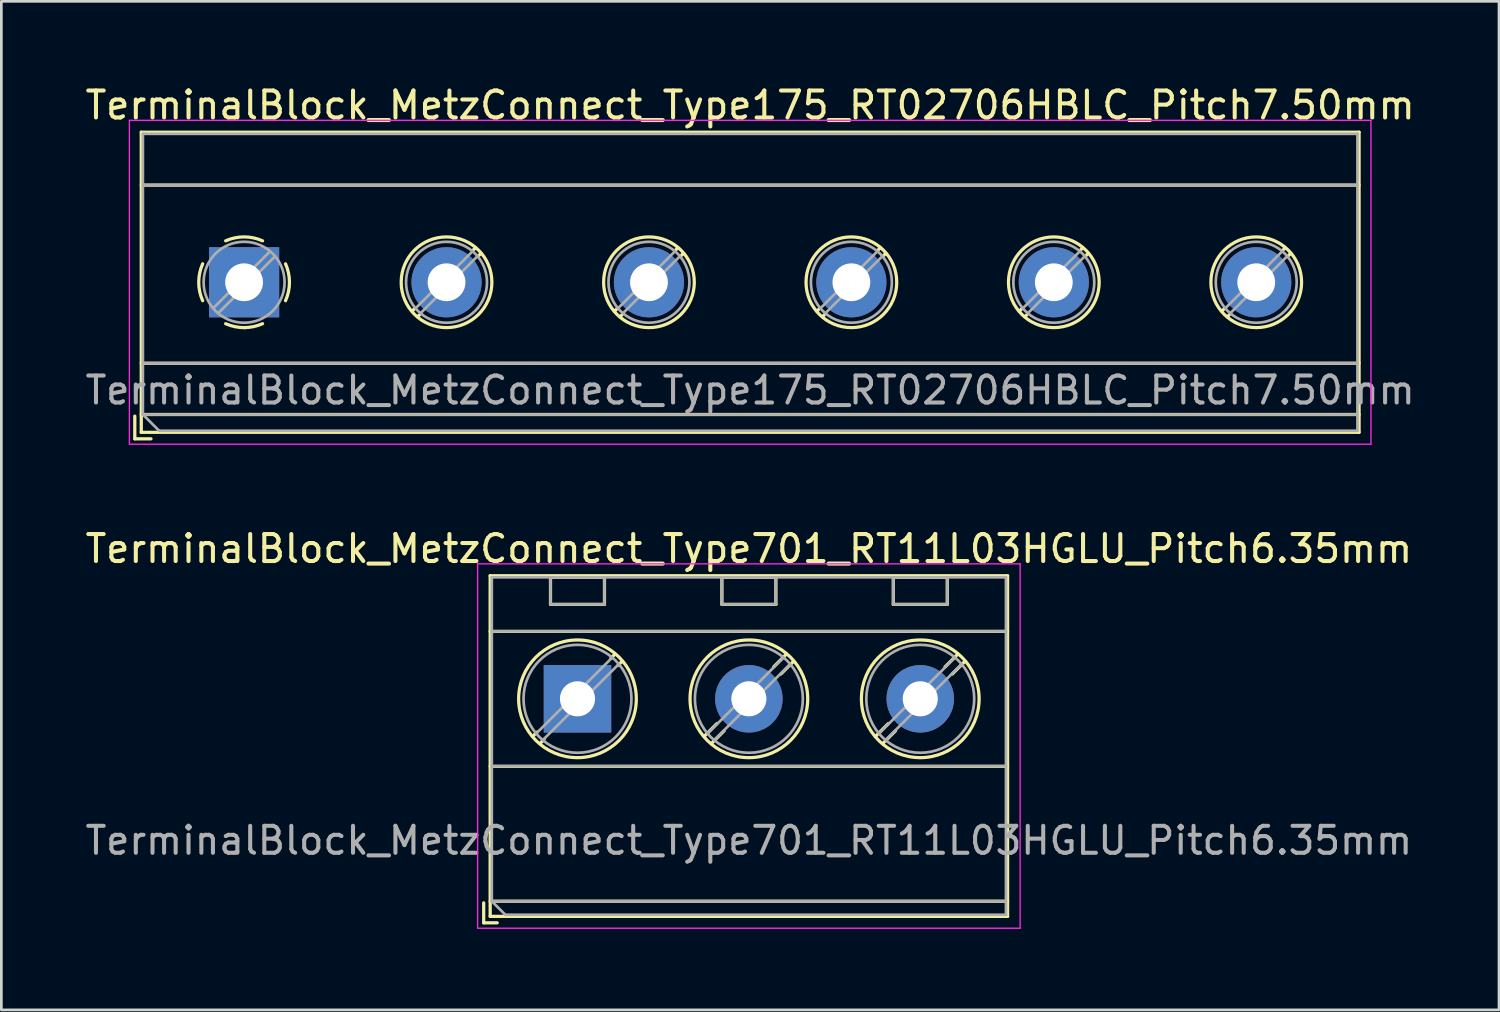
<source format=kicad_pcb>
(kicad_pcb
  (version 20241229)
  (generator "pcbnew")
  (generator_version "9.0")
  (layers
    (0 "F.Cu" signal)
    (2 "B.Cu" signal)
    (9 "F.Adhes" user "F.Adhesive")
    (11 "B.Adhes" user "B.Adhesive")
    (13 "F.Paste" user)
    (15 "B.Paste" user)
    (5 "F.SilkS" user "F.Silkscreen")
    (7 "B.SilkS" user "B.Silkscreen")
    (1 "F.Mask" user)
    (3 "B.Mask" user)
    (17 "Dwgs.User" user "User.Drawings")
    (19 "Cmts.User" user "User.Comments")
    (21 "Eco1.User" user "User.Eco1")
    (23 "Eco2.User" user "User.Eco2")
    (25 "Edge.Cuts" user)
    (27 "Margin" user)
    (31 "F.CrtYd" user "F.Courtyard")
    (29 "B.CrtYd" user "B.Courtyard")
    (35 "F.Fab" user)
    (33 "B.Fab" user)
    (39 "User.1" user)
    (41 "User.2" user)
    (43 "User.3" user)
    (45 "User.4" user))
  (footprint "TerminalBlock_MetzConnect_Type175_RT02706HBLC_Pitch7.50mm"
    (layer "F.Cu")
    (at 5.994 7.408)
    (property "Reference" "TerminalBlock_MetzConnect_Type175_RT02706HBLC_Pitch7.50mm" (at 18.75 -6.56 0) (layer "F.SilkS") (effects (font (size 1 1) (thickness 0.15))))
    (attr through_hole)
    (fp_line (start -4.05 4.96) (end -4.05 5.8) (stroke (width 0.12) (type solid)) (layer "F.SilkS"))
    (fp_line (start -4.05 5.8) (end -3.45 5.8) (stroke (width 0.12) (type solid)) (layer "F.SilkS"))
    (fp_line (start -3.81 -5.56) (end -3.81 5.56) (stroke (width 0.12) (type solid)) (layer "F.SilkS"))
    (fp_line (start -3.81 -3.6) (end 41.31 -3.6) (stroke (width 0.12) (type solid)) (layer "F.SilkS"))
    (fp_line (start -3.81 3) (end 41.31 3) (stroke (width 0.12) (type solid)) (layer "F.SilkS"))
    (fp_line (start -3.81 4.9) (end 41.31 4.9) (stroke (width 0.12) (type solid)) (layer "F.SilkS"))
    (fp_line (start -3.81 5.56) (end 41.31 5.56) (stroke (width 0.12) (type solid)) (layer "F.SilkS"))
    (fp_line (start 6.32 0.976) (end 6.226 1.069) (stroke (width 0.12) (type solid)) (layer "F.SilkS"))
    (fp_line (start 6.502 1.204) (end 6.431 1.274) (stroke (width 0.12) (type solid)) (layer "F.SilkS"))
    (fp_line (start 8.57 -1.275) (end 8.499 -1.204) (stroke (width 0.12) (type solid)) (layer "F.SilkS"))
    (fp_line (start 8.775 -1.069) (end 8.681 -0.976) (stroke (width 0.12) (type solid)) (layer "F.SilkS"))
    (fp_line (start 13.82 0.976) (end 13.726 1.069) (stroke (width 0.12) (type solid)) (layer "F.SilkS"))
    (fp_line (start 14.002 1.204) (end 13.931 1.274) (stroke (width 0.12) (type solid)) (layer "F.SilkS"))
    (fp_line (start 16.07 -1.275) (end 15.999 -1.204) (stroke (width 0.12) (type solid)) (layer "F.SilkS"))
    (fp_line (start 16.275 -1.069) (end 16.181 -0.976) (stroke (width 0.12) (type solid)) (layer "F.SilkS"))
    (fp_line (start 21.32 0.976) (end 21.226 1.069) (stroke (width 0.12) (type solid)) (layer "F.SilkS"))
    (fp_line (start 21.502 1.204) (end 21.431 1.274) (stroke (width 0.12) (type solid)) (layer "F.SilkS"))
    (fp_line (start 23.57 -1.275) (end 23.499 -1.204) (stroke (width 0.12) (type solid)) (layer "F.SilkS"))
    (fp_line (start 23.775 -1.069) (end 23.681 -0.976) (stroke (width 0.12) (type solid)) (layer "F.SilkS"))
    (fp_line (start 28.82 0.976) (end 28.726 1.069) (stroke (width 0.12) (type solid)) (layer "F.SilkS"))
    (fp_line (start 29.002 1.204) (end 28.931 1.274) (stroke (width 0.12) (type solid)) (layer "F.SilkS"))
    (fp_line (start 31.07 -1.275) (end 30.999 -1.204) (stroke (width 0.12) (type solid)) (layer "F.SilkS"))
    (fp_line (start 31.275 -1.069) (end 31.181 -0.976) (stroke (width 0.12) (type solid)) (layer "F.SilkS"))
    (fp_line (start 36.32 0.976) (end 36.226 1.069) (stroke (width 0.12) (type solid)) (layer "F.SilkS"))
    (fp_line (start 36.502 1.204) (end 36.431 1.274) (stroke (width 0.12) (type solid)) (layer "F.SilkS"))
    (fp_line (start 38.57 -1.275) (end 38.499 -1.204) (stroke (width 0.12) (type solid)) (layer "F.SilkS"))
    (fp_line (start 38.775 -1.069) (end 38.681 -0.976) (stroke (width 0.12) (type solid)) (layer "F.SilkS"))
    (fp_line (start 41.31 -5.56) (end -3.81 -5.56) (stroke (width 0.12) (type solid)) (layer "F.SilkS"))
    (fp_line (start 41.31 5.56) (end 41.31 -5.56) (stroke (width 0.12) (type solid)) (layer "F.SilkS"))
    (fp_arc (start -1.535427 0.683042) (mid -1.680501 -0.000524) (end -1.535 -0.684) (stroke (width 0.12) (type solid)) (layer "F.SilkS"))
    (fp_arc (start -0.683042 -1.535427) (mid 0.000524 -1.680501) (end 0.684 -1.535) (stroke (width 0.12) (type solid)) (layer "F.SilkS"))
    (fp_arc (start 0.028805 1.680253) (mid -0.335551 1.646659) (end -0.684 1.535) (stroke (width 0.12) (type solid)) (layer "F.SilkS"))
    (fp_arc (start 0.683318 1.534756) (mid 0.349292 1.643288) (end 0 1.68) (stroke (width 0.12) (type solid)) (layer "F.SilkS"))
    (fp_arc (start 1.535427 -0.683042) (mid 1.680501 0.000524) (end 1.535 0.684) (stroke (width 0.12) (type solid)) (layer "F.SilkS"))
    (fp_circle (center 7.5 0) (end 9.18 0) (stroke (width 0.12) (type solid)) (fill no) (layer "F.SilkS"))
    (fp_circle (center 15 0) (end 16.68 0) (stroke (width 0.12) (type solid)) (fill no) (layer "F.SilkS"))
    (fp_circle (center 22.5 0) (end 24.18 0) (stroke (width 0.12) (type solid)) (fill no) (layer "F.SilkS"))
    (fp_circle (center 30 0) (end 31.68 0) (stroke (width 0.12) (type solid)) (fill no) (layer "F.SilkS"))
    (fp_circle (center 37.5 0) (end 39.18 0) (stroke (width 0.12) (type solid)) (fill no) (layer "F.SilkS"))
    (fp_line (start -4.25 -6) (end -4.25 6) (stroke (width 0.05) (type solid)) (layer "F.CrtYd"))
    (fp_line (start -4.25 6) (end 41.75 6) (stroke (width 0.05) (type solid)) (layer "F.CrtYd"))
    (fp_line (start 41.75 -6) (end -4.25 -6) (stroke (width 0.05) (type solid)) (layer "F.CrtYd"))
    (fp_line (start 41.75 6) (end 41.75 -6) (stroke (width 0.05) (type solid)) (layer "F.CrtYd"))
    (fp_line (start -3.75 -5.5) (end 41.25 -5.5) (stroke (width 0.1) (type solid)) (layer "F.Fab"))
    (fp_line (start -3.75 -3.6) (end 41.25 -3.6) (stroke (width 0.1) (type solid)) (layer "F.Fab"))
    (fp_line (start -3.75 3) (end 41.25 3) (stroke (width 0.1) (type solid)) (layer "F.Fab"))
    (fp_line (start -3.75 4.9) (end -3.75 -5.5) (stroke (width 0.1) (type solid)) (layer "F.Fab"))
    (fp_line (start -3.75 4.9) (end 41.25 4.9) (stroke (width 0.1) (type solid)) (layer "F.Fab"))
    (fp_line (start -3.15 5.5) (end -3.75 4.9) (stroke (width 0.1) (type solid)) (layer "F.Fab"))
    (fp_line (start 0.955 -1.138) (end -1.138 0.955) (stroke (width 0.1) (type solid)) (layer "F.Fab"))
    (fp_line (start 1.138 -0.955) (end -0.955 1.138) (stroke (width 0.1) (type solid)) (layer "F.Fab"))
    (fp_line (start 8.455 -1.138) (end 6.363 0.955) (stroke (width 0.1) (type solid)) (layer "F.Fab"))
    (fp_line (start 8.638 -0.955) (end 6.546 1.138) (stroke (width 0.1) (type solid)) (layer "F.Fab"))
    (fp_line (start 15.955 -1.138) (end 13.863 0.955) (stroke (width 0.1) (type solid)) (layer "F.Fab"))
    (fp_line (start 16.138 -0.955) (end 14.046 1.138) (stroke (width 0.1) (type solid)) (layer "F.Fab"))
    (fp_line (start 23.455 -1.138) (end 21.363 0.955) (stroke (width 0.1) (type solid)) (layer "F.Fab"))
    (fp_line (start 23.638 -0.955) (end 21.546 1.138) (stroke (width 0.1) (type solid)) (layer "F.Fab"))
    (fp_line (start 30.955 -1.138) (end 28.863 0.955) (stroke (width 0.1) (type solid)) (layer "F.Fab"))
    (fp_line (start 31.138 -0.955) (end 29.046 1.138) (stroke (width 0.1) (type solid)) (layer "F.Fab"))
    (fp_line (start 38.455 -1.138) (end 36.363 0.955) (stroke (width 0.1) (type solid)) (layer "F.Fab"))
    (fp_line (start 38.638 -0.955) (end 36.546 1.138) (stroke (width 0.1) (type solid)) (layer "F.Fab"))
    (fp_line (start 41.25 -5.5) (end 41.25 5.5) (stroke (width 0.1) (type solid)) (layer "F.Fab"))
    (fp_line (start 41.25 5.5) (end -3.15 5.5) (stroke (width 0.1) (type solid)) (layer "F.Fab"))
    (fp_circle (center 0 0) (end 1.5 0) (stroke (width 0.1) (type solid)) (fill no) (layer "F.Fab"))
    (fp_circle (center 7.5 0) (end 9 0) (stroke (width 0.1) (type solid)) (fill no) (layer "F.Fab"))
    (fp_circle (center 15 0) (end 16.5 0) (stroke (width 0.1) (type solid)) (fill no) (layer "F.Fab"))
    (fp_circle (center 22.5 0) (end 24 0) (stroke (width 0.1) (type solid)) (fill no) (layer "F.Fab"))
    (fp_circle (center 30 0) (end 31.5 0) (stroke (width 0.1) (type solid)) (fill no) (layer "F.Fab"))
    (fp_circle (center 37.5 0) (end 39 0) (stroke (width 0.1) (type solid)) (fill no) (layer "F.Fab"))
    (fp_text user "${REFERENCE}" (at 18.75 4 0) (layer "F.Fab") (effects (font (size 1 1) (thickness 0.15))))
    (pad "1" thru_hole rect (at 0 0) (size 2.6 2.6) (drill 1.4) (layers "*.Cu" "*.Mask"))
    (pad "2" thru_hole oval (at 7.5 0) (size 2.6 2.6) (drill 1.4) (layers "*.Cu" "*.Mask"))
    (pad "3" thru_hole oval (at 15 0) (size 2.6 2.6) (drill 1.4) (layers "*.Cu" "*.Mask"))
    (pad "4" thru_hole oval (at 22.5 0) (size 2.6 2.6) (drill 1.4) (layers "*.Cu" "*.Mask"))
    (pad "5" thru_hole oval (at 30 0) (size 2.6 2.6) (drill 1.4) (layers "*.Cu" "*.Mask"))
    (pad "6" thru_hole oval (at 37.5 0) (size 2.6 2.6) (drill 1.4) (layers "*.Cu" "*.Mask")))
  (footprint "TerminalBlock_MetzConnect_Type701_RT11L03HGLU_Pitch6.35mm"
    (layer "F.Cu")
    (at 18.346 22.841)
    (property "Reference" "TerminalBlock_MetzConnect_Type701_RT11L03HGLU_Pitch6.35mm" (at 6.35 -5.56 0) (layer "F.SilkS") (effects (font (size 1 1) (thickness 0.15))))
    (attr through_hole)
    (fp_line (start -3.475 7.56) (end -3.475 8.3) (stroke (width 0.12) (type solid)) (layer "F.SilkS"))
    (fp_line (start -3.475 8.3) (end -2.975 8.3) (stroke (width 0.12) (type solid)) (layer "F.SilkS"))
    (fp_line (start -3.235 -4.56) (end -3.235 8.06) (stroke (width 0.12) (type solid)) (layer "F.SilkS"))
    (fp_line (start -3.235 -2.5) (end 15.935 -2.5) (stroke (width 0.12) (type solid)) (layer "F.SilkS"))
    (fp_line (start -3.235 2.5) (end 15.935 2.5) (stroke (width 0.12) (type solid)) (layer "F.SilkS"))
    (fp_line (start -3.235 7.5) (end 15.935 7.5) (stroke (width 0.12) (type solid)) (layer "F.SilkS"))
    (fp_line (start -3.235 8.06) (end 15.935 8.06) (stroke (width 0.12) (type solid)) (layer "F.SilkS"))
    (fp_line (start -1.502 1.235) (end -1.654 1.388) (stroke (width 0.12) (type solid)) (layer "F.SilkS"))
    (fp_line (start -1.236 1.502) (end -1.388 1.654) (stroke (width 0.12) (type solid)) (layer "F.SilkS"))
    (fp_line (start -1 -4.5) (end -1 -3.5) (stroke (width 0.12) (type solid)) (layer "F.SilkS"))
    (fp_line (start -1 -4.5) (end 1 -4.5) (stroke (width 0.12) (type solid)) (layer "F.SilkS"))
    (fp_line (start -1 -3.5) (end 1 -3.5) (stroke (width 0.12) (type solid)) (layer "F.SilkS"))
    (fp_line (start 1 -4.5) (end 1 -3.5) (stroke (width 0.12) (type solid)) (layer "F.SilkS"))
    (fp_line (start 1.388 -1.654) (end 1.236 -1.502) (stroke (width 0.12) (type solid)) (layer "F.SilkS"))
    (fp_line (start 1.654 -1.388) (end 1.502 -1.236) (stroke (width 0.12) (type solid)) (layer "F.SilkS"))
    (fp_line (start 5.168 0.916) (end 4.697 1.388) (stroke (width 0.12) (type solid)) (layer "F.SilkS"))
    (fp_line (start 5.35 -4.5) (end 5.35 -3.5) (stroke (width 0.12) (type solid)) (layer "F.SilkS"))
    (fp_line (start 5.35 -4.5) (end 7.35 -4.5) (stroke (width 0.12) (type solid)) (layer "F.SilkS"))
    (fp_line (start 5.35 -3.5) (end 7.35 -3.5) (stroke (width 0.12) (type solid)) (layer "F.SilkS"))
    (fp_line (start 5.434 1.182) (end 4.963 1.654) (stroke (width 0.12) (type solid)) (layer "F.SilkS"))
    (fp_line (start 7.35 -4.5) (end 7.35 -3.5) (stroke (width 0.12) (type solid)) (layer "F.SilkS"))
    (fp_line (start 7.738 -1.654) (end 7.267 -1.182) (stroke (width 0.12) (type solid)) (layer "F.SilkS"))
    (fp_line (start 8.004 -1.388) (end 7.533 -0.916) (stroke (width 0.12) (type solid)) (layer "F.SilkS"))
    (fp_line (start 11.518 0.916) (end 11.047 1.388) (stroke (width 0.12) (type solid)) (layer "F.SilkS"))
    (fp_line (start 11.7 -4.5) (end 11.7 -3.5) (stroke (width 0.12) (type solid)) (layer "F.SilkS"))
    (fp_line (start 11.7 -4.5) (end 13.7 -4.5) (stroke (width 0.12) (type solid)) (layer "F.SilkS"))
    (fp_line (start 11.7 -3.5) (end 13.7 -3.5) (stroke (width 0.12) (type solid)) (layer "F.SilkS"))
    (fp_line (start 11.784 1.182) (end 11.313 1.654) (stroke (width 0.12) (type solid)) (layer "F.SilkS"))
    (fp_line (start 13.7 -4.5) (end 13.7 -3.5) (stroke (width 0.12) (type solid)) (layer "F.SilkS"))
    (fp_line (start 14.088 -1.654) (end 13.617 -1.182) (stroke (width 0.12) (type solid)) (layer "F.SilkS"))
    (fp_line (start 14.354 -1.388) (end 13.883 -0.916) (stroke (width 0.12) (type solid)) (layer "F.SilkS"))
    (fp_line (start 15.935 -4.56) (end -3.235 -4.56) (stroke (width 0.12) (type solid)) (layer "F.SilkS"))
    (fp_line (start 15.935 8.06) (end 15.935 -4.56) (stroke (width 0.12) (type solid)) (layer "F.SilkS"))
    (fp_circle (center 0 0) (end 2.18 0) (stroke (width 0.12) (type solid)) (fill no) (layer "F.SilkS"))
    (fp_circle (center 6.35 0) (end 8.53 0) (stroke (width 0.12) (type solid)) (fill no) (layer "F.SilkS"))
    (fp_circle (center 12.7 0) (end 14.88 0) (stroke (width 0.12) (type solid)) (fill no) (layer "F.SilkS"))
    (fp_line (start -3.7 -5) (end -3.7 8.5) (stroke (width 0.05) (type solid)) (layer "F.CrtYd"))
    (fp_line (start -3.7 8.5) (end 16.4 8.5) (stroke (width 0.05) (type solid)) (layer "F.CrtYd"))
    (fp_line (start 16.4 -5) (end -3.7 -5) (stroke (width 0.05) (type solid)) (layer "F.CrtYd"))
    (fp_line (start 16.4 8.5) (end 16.4 -5) (stroke (width 0.05) (type solid)) (layer "F.CrtYd"))
    (fp_line (start -3.175 -4.5) (end 15.875 -4.5) (stroke (width 0.1) (type solid)) (layer "F.Fab"))
    (fp_line (start -3.175 -2.5) (end 15.875 -2.5) (stroke (width 0.1) (type solid)) (layer "F.Fab"))
    (fp_line (start -3.175 2.5) (end 15.875 2.5) (stroke (width 0.1) (type solid)) (layer "F.Fab"))
    (fp_line (start -3.175 7.5) (end -3.175 -4.5) (stroke (width 0.1) (type solid)) (layer "F.Fab"))
    (fp_line (start -3.175 7.5) (end 15.875 7.5) (stroke (width 0.1) (type solid)) (layer "F.Fab"))
    (fp_line (start -2.675 8) (end -3.175 7.5) (stroke (width 0.1) (type solid)) (layer "F.Fab"))
    (fp_line (start -1 -4.5) (end -1 -3.5) (stroke (width 0.1) (type solid)) (layer "F.Fab"))
    (fp_line (start -1 -3.5) (end 1 -3.5) (stroke (width 0.1) (type solid)) (layer "F.Fab"))
    (fp_line (start 1 -4.5) (end -1 -4.5) (stroke (width 0.1) (type solid)) (layer "F.Fab"))
    (fp_line (start 1 -3.5) (end 1 -4.5) (stroke (width 0.1) (type solid)) (layer "F.Fab"))
    (fp_line (start 1.273 -1.517) (end -1.517 1.273) (stroke (width 0.1) (type solid)) (layer "F.Fab"))
    (fp_line (start 1.517 -1.273) (end -1.273 1.517) (stroke (width 0.1) (type solid)) (layer "F.Fab"))
    (fp_line (start 5.35 -4.5) (end 5.35 -3.5) (stroke (width 0.1) (type solid)) (layer "F.Fab"))
    (fp_line (start 5.35 -3.5) (end 7.35 -3.5) (stroke (width 0.1) (type solid)) (layer "F.Fab"))
    (fp_line (start 7.35 -4.5) (end 5.35 -4.5) (stroke (width 0.1) (type solid)) (layer "F.Fab"))
    (fp_line (start 7.35 -3.5) (end 7.35 -4.5) (stroke (width 0.1) (type solid)) (layer "F.Fab"))
    (fp_line (start 7.623 -1.517) (end 4.834 1.273) (stroke (width 0.1) (type solid)) (layer "F.Fab"))
    (fp_line (start 7.867 -1.273) (end 5.078 1.517) (stroke (width 0.1) (type solid)) (layer "F.Fab"))
    (fp_line (start 11.7 -4.5) (end 11.7 -3.5) (stroke (width 0.1) (type solid)) (layer "F.Fab"))
    (fp_line (start 11.7 -3.5) (end 13.7 -3.5) (stroke (width 0.1) (type solid)) (layer "F.Fab"))
    (fp_line (start 13.7 -4.5) (end 11.7 -4.5) (stroke (width 0.1) (type solid)) (layer "F.Fab"))
    (fp_line (start 13.7 -3.5) (end 13.7 -4.5) (stroke (width 0.1) (type solid)) (layer "F.Fab"))
    (fp_line (start 13.973 -1.517) (end 11.184 1.273) (stroke (width 0.1) (type solid)) (layer "F.Fab"))
    (fp_line (start 14.217 -1.273) (end 11.428 1.517) (stroke (width 0.1) (type solid)) (layer "F.Fab"))
    (fp_line (start 15.875 -4.5) (end 15.875 8) (stroke (width 0.1) (type solid)) (layer "F.Fab"))
    (fp_line (start 15.875 8) (end -2.675 8) (stroke (width 0.1) (type solid)) (layer "F.Fab"))
    (fp_circle (center 0 0) (end 2 0) (stroke (width 0.1) (type solid)) (fill no) (layer "F.Fab"))
    (fp_circle (center 6.35 0) (end 8.35 0) (stroke (width 0.1) (type solid)) (fill no) (layer "F.Fab"))
    (fp_circle (center 12.7 0) (end 14.7 0) (stroke (width 0.1) (type solid)) (fill no) (layer "F.Fab"))
    (fp_text user "${REFERENCE}" (at 6.35 5.25 0) (layer "F.Fab") (effects (font (size 1 1) (thickness 0.15))))
    (pad "1" thru_hole rect (at 0 0) (size 2.5 2.5) (drill 1.3) (layers "*.Cu" "*.Mask"))
    (pad "2" thru_hole oval (at 6.35 0) (size 2.5 2.5) (drill 1.3) (layers "*.Cu" "*.Mask"))
    (pad "3" thru_hole oval (at 12.7 0) (size 2.5 2.5) (drill 1.3) (layers "*.Cu" "*.Mask")))
  (gr_rect
    (start -3 -3)
    (end 52.488 34.367)
    (stroke (width 0.1) (type default))
    (fill no)
    (layer "Edge.Cuts")))
</source>
